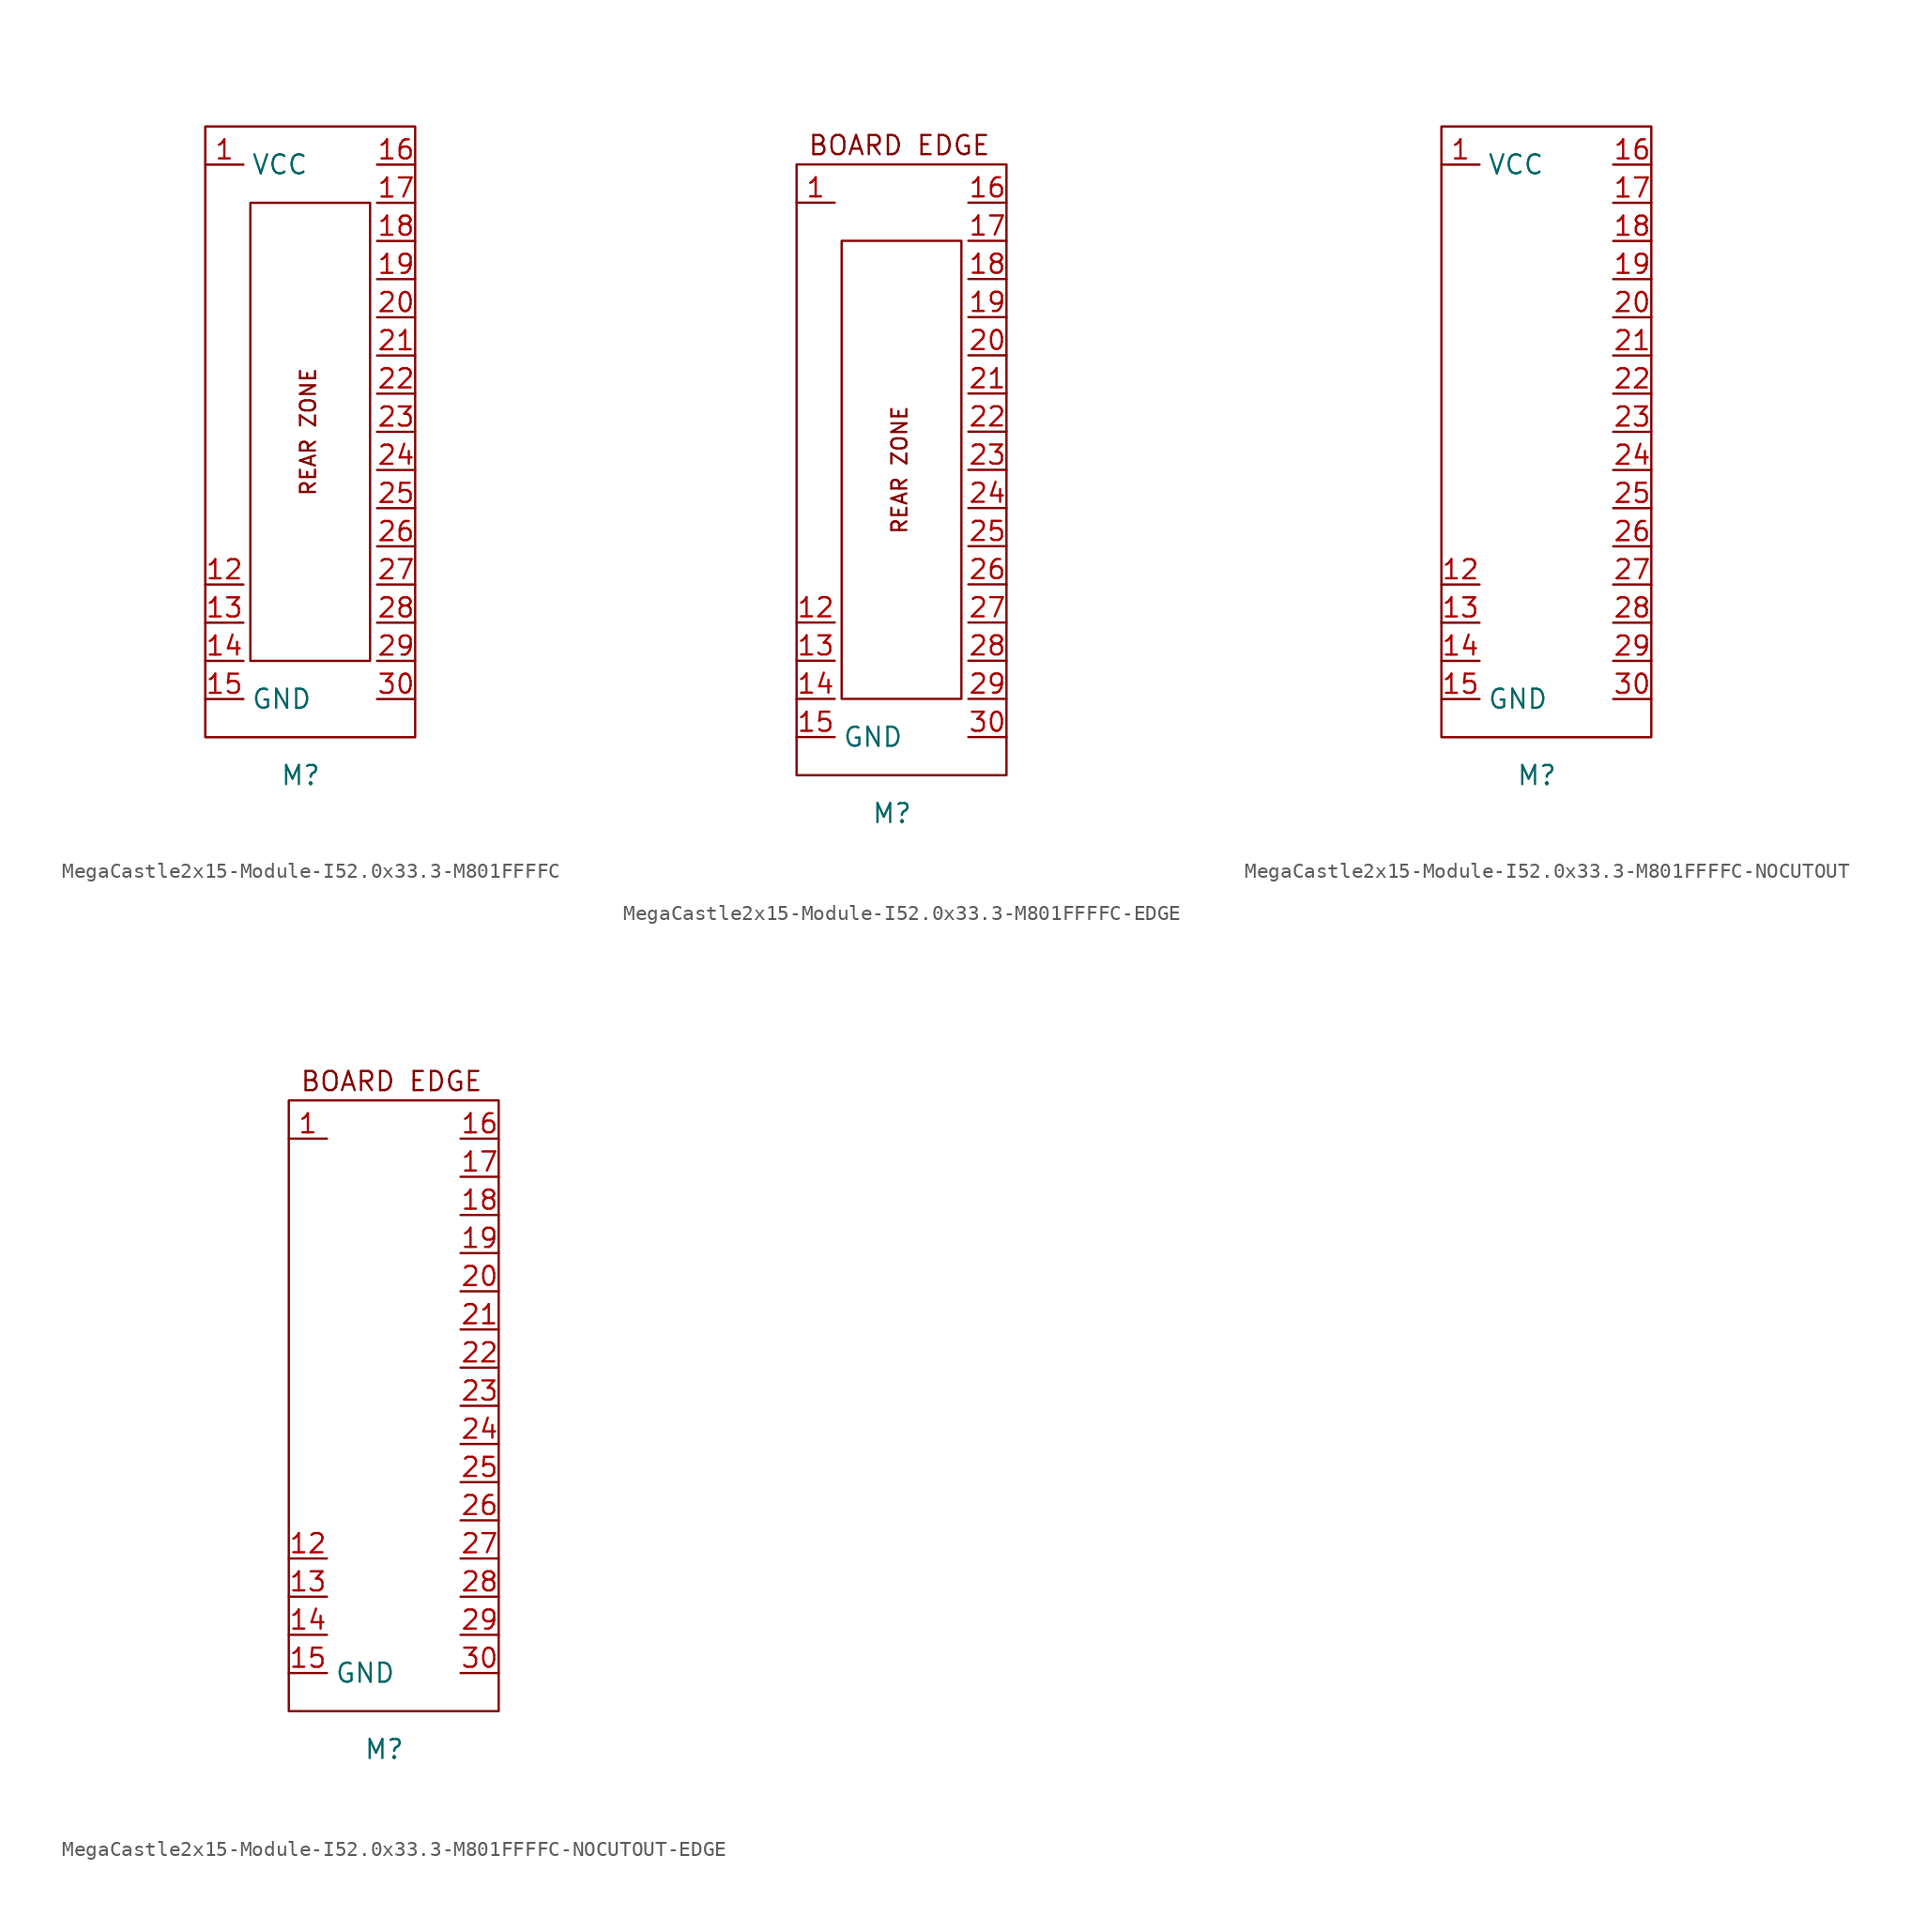
<source format=kicad_sym>
(kicad_symbol_lib
  (version 20241209)
  (generator "kicad_symbol_editor")
  (generator_version "9.0")
  (symbol "MegaCastle2x15-Module-I52.0x33.3-M801FFFFC"
    (property "Reference" "M"
      (at 0 -22.86 0)
      (effects (font (size 1.27 1.27))))
    (property "Value" ""
      (at 0 5.08 0)
      (effects (font (size 1.27 1.27))))
    (symbol "MegaCastle2x15-Module-I52.0x33.3-M801FFFFC_0_1"
      (rectangle (start -6.35 20.32) (end 7.62 -20.32) (stroke (width 0) (type default)) (fill (type none)))
      (rectangle (start -3.35 15.24) (end 4.62 -15.24) (stroke (width 0) (type default)) (fill (type none))))
    (symbol "MegaCastle2x15-Module-I52.0x33.3-M801FFFFC_1_1"
      (text "REAR ZONE" (at 0.5 0 900) (effects (font (size 1 1))))
      (pin bidirectional line (at -6.35 17.78 0) (length 2.54) (name "VCC" (effects (font (size 1.27 1.27)))) (number "1" (effects (font (size 1.27 1.27)))))
      (pin bidirectional line (at -6.35 -10.16 0) (length 2.54) (name "" (effects (font (size 1.27 1.27)))) (number "12" (effects (font (size 1.27 1.27)))))
      (pin bidirectional line (at -6.35 -12.7 0) (length 2.54) (name "" (effects (font (size 1.27 1.27)))) (number "13" (effects (font (size 1.27 1.27)))))
      (pin bidirectional line (at -6.35 -15.24 0) (length 2.54) (name "" (effects (font (size 1.27 1.27)))) (number "14" (effects (font (size 1.27 1.27)))))
      (pin bidirectional line (at -6.35 -17.78 0) (length 2.54) (name "GND" (effects (font (size 1.27 1.27)))) (number "15" (effects (font (size 1.27 1.27)))))
      (pin bidirectional line (at 7.62 17.78 180) (length 2.54) (name "" (effects (font (size 1.27 1.27)))) (number "16" (effects (font (size 1.27 1.27)))))
      (pin bidirectional line (at 7.62 15.24 180) (length 2.54) (name "" (effects (font (size 1.27 1.27)))) (number "17" (effects (font (size 1.27 1.27)))))
      (pin bidirectional line (at 7.62 12.7 180) (length 2.54) (name "" (effects (font (size 1.27 1.27)))) (number "18" (effects (font (size 1.27 1.27)))))
      (pin bidirectional line (at 7.62 10.16 180) (length 2.54) (name "" (effects (font (size 1.27 1.27)))) (number "19" (effects (font (size 1.27 1.27)))))
      (pin bidirectional line (at 7.62 7.62 180) (length 2.54) (name "" (effects (font (size 1.27 1.27)))) (number "20" (effects (font (size 1.27 1.27)))))
      (pin bidirectional line (at 7.62 5.08 180) (length 2.54) (name "" (effects (font (size 1.27 1.27)))) (number "21" (effects (font (size 1.27 1.27)))))
      (pin bidirectional line (at 7.62 2.54 180) (length 2.54) (name "" (effects (font (size 1.27 1.27)))) (number "22" (effects (font (size 1.27 1.27)))))
      (pin bidirectional line (at 7.62 0 180) (length 2.54) (name "" (effects (font (size 1.27 1.27)))) (number "23" (effects (font (size 1.27 1.27)))))
      (pin bidirectional line (at 7.62 -2.54 180) (length 2.54) (name "" (effects (font (size 1.27 1.27)))) (number "24" (effects (font (size 1.27 1.27)))))
      (pin bidirectional line (at 7.62 -5.08 180) (length 2.54) (name "" (effects (font (size 1.27 1.27)))) (number "25" (effects (font (size 1.27 1.27)))))
      (pin bidirectional line (at 7.62 -7.62 180) (length 2.54) (name "" (effects (font (size 1.27 1.27)))) (number "26" (effects (font (size 1.27 1.27)))))
      (pin bidirectional line (at 7.62 -10.16 180) (length 2.54) (name "" (effects (font (size 1.27 1.27)))) (number "27" (effects (font (size 1.27 1.27)))))
      (pin bidirectional line (at 7.62 -12.7 180) (length 2.54) (name "" (effects (font (size 1.27 1.27)))) (number "28" (effects (font (size 1.27 1.27)))))
      (pin bidirectional line (at 7.62 -15.24 180) (length 2.54) (name "" (effects (font (size 1.27 1.27)))) (number "29" (effects (font (size 1.27 1.27)))))
      (pin bidirectional line (at 7.62 -17.78 180) (length 2.54) (name "" (effects (font (size 1.27 1.27)))) (number "30" (effects (font (size 1.27 1.27)))))))
  (symbol "MegaCastle2x15-Module-I52.0x33.3-M801FFFFC-EDGE"
    (property "Reference" "M"
      (at 0 -22.86 0)
      (effects (font (size 1.27 1.27))))
    (property "Value" ""
      (at 0 5.08 0)
      (effects (font (size 1.27 1.27))))
    (symbol "MegaCastle2x15-Module-I52.0x33.3-M801FFFFC-EDGE_0_1"
      (rectangle (start -6.35 20.32) (end 7.62 -20.32) (stroke (width 0) (type default)) (fill (type none)))
      (rectangle (start -3.35 15.24) (end 4.62 -15.24) (stroke (width 0) (type default)) (fill (type none))))
    (symbol "MegaCastle2x15-Module-I52.0x33.3-M801FFFFC-EDGE_1_1"
      (text " BOARD EDGE" (at 0 21.59 0) (effects (font (size 1.27 1.27))))
      (text "REAR ZONE" (at 0.5 0 900) (effects (font (size 1 1))))
      (pin bidirectional line (at -6.35 17.78 0) (length 2.54) (name "" (effects (font (size 1.27 1.27)))) (number "1" (effects (font (size 1.27 1.27)))))
      (pin bidirectional line (at -6.35 -10.16 0) (length 2.54) (name "" (effects (font (size 1.27 1.27)))) (number "12" (effects (font (size 1.27 1.27)))))
      (pin bidirectional line (at -6.35 -12.7 0) (length 2.54) (name "" (effects (font (size 1.27 1.27)))) (number "13" (effects (font (size 1.27 1.27)))))
      (pin bidirectional line (at -6.35 -15.24 0) (length 2.54) (name "" (effects (font (size 1.27 1.27)))) (number "14" (effects (font (size 1.27 1.27)))))
      (pin bidirectional line (at -6.35 -17.78 0) (length 2.54) (name "GND" (effects (font (size 1.27 1.27)))) (number "15" (effects (font (size 1.27 1.27)))))
      (pin bidirectional line (at 7.62 17.78 180) (length 2.54) (name "" (effects (font (size 1.27 1.27)))) (number "16" (effects (font (size 1.27 1.27)))))
      (pin bidirectional line (at 7.62 15.24 180) (length 2.54) (name "" (effects (font (size 1.27 1.27)))) (number "17" (effects (font (size 1.27 1.27)))))
      (pin bidirectional line (at 7.62 12.7 180) (length 2.54) (name "" (effects (font (size 1.27 1.27)))) (number "18" (effects (font (size 1.27 1.27)))))
      (pin bidirectional line (at 7.62 10.16 180) (length 2.54) (name "" (effects (font (size 1.27 1.27)))) (number "19" (effects (font (size 1.27 1.27)))))
      (pin bidirectional line (at 7.62 7.62 180) (length 2.54) (name "" (effects (font (size 1.27 1.27)))) (number "20" (effects (font (size 1.27 1.27)))))
      (pin bidirectional line (at 7.62 5.08 180) (length 2.54) (name "" (effects (font (size 1.27 1.27)))) (number "21" (effects (font (size 1.27 1.27)))))
      (pin bidirectional line (at 7.62 2.54 180) (length 2.54) (name "" (effects (font (size 1.27 1.27)))) (number "22" (effects (font (size 1.27 1.27)))))
      (pin bidirectional line (at 7.62 0 180) (length 2.54) (name "" (effects (font (size 1.27 1.27)))) (number "23" (effects (font (size 1.27 1.27)))))
      (pin bidirectional line (at 7.62 -2.54 180) (length 2.54) (name "" (effects (font (size 1.27 1.27)))) (number "24" (effects (font (size 1.27 1.27)))))
      (pin bidirectional line (at 7.62 -5.08 180) (length 2.54) (name "" (effects (font (size 1.27 1.27)))) (number "25" (effects (font (size 1.27 1.27)))))
      (pin bidirectional line (at 7.62 -7.62 180) (length 2.54) (name "" (effects (font (size 1.27 1.27)))) (number "26" (effects (font (size 1.27 1.27)))))
      (pin bidirectional line (at 7.62 -10.16 180) (length 2.54) (name "" (effects (font (size 1.27 1.27)))) (number "27" (effects (font (size 1.27 1.27)))))
      (pin bidirectional line (at 7.62 -12.7 180) (length 2.54) (name "" (effects (font (size 1.27 1.27)))) (number "28" (effects (font (size 1.27 1.27)))))
      (pin bidirectional line (at 7.62 -15.24 180) (length 2.54) (name "" (effects (font (size 1.27 1.27)))) (number "29" (effects (font (size 1.27 1.27)))))
      (pin bidirectional line (at 7.62 -17.78 180) (length 2.54) (name "" (effects (font (size 1.27 1.27)))) (number "30" (effects (font (size 1.27 1.27)))))))
  (symbol "MegaCastle2x15-Module-I52.0x33.3-M801FFFFC-NOCUTOUT"
    (property "Reference" "M"
      (at 0 -22.86 0)
      (effects (font (size 1.27 1.27))))
    (property "Value" ""
      (at 0 5.08 0)
      (effects (font (size 1.27 1.27))))
    (symbol "MegaCastle2x15-Module-I52.0x33.3-M801FFFFC-NOCUTOUT_0_1"
      (rectangle (start -6.35 20.32) (end 7.62 -20.32) (stroke (width 0) (type default)) (fill (type none))))
    (symbol "MegaCastle2x15-Module-I52.0x33.3-M801FFFFC-NOCUTOUT_1_1"
      (pin bidirectional line (at -6.35 17.78 0) (length 2.54) (name "VCC" (effects (font (size 1.27 1.27)))) (number "1" (effects (font (size 1.27 1.27)))))
      (pin bidirectional line (at -6.35 -10.16 0) (length 2.54) (name "" (effects (font (size 1.27 1.27)))) (number "12" (effects (font (size 1.27 1.27)))))
      (pin bidirectional line (at -6.35 -12.7 0) (length 2.54) (name "" (effects (font (size 1.27 1.27)))) (number "13" (effects (font (size 1.27 1.27)))))
      (pin bidirectional line (at -6.35 -15.24 0) (length 2.54) (name "" (effects (font (size 1.27 1.27)))) (number "14" (effects (font (size 1.27 1.27)))))
      (pin bidirectional line (at -6.35 -17.78 0) (length 2.54) (name "GND" (effects (font (size 1.27 1.27)))) (number "15" (effects (font (size 1.27 1.27)))))
      (pin bidirectional line (at 7.62 17.78 180) (length 2.54) (name "" (effects (font (size 1.27 1.27)))) (number "16" (effects (font (size 1.27 1.27)))))
      (pin bidirectional line (at 7.62 15.24 180) (length 2.54) (name "" (effects (font (size 1.27 1.27)))) (number "17" (effects (font (size 1.27 1.27)))))
      (pin bidirectional line (at 7.62 12.7 180) (length 2.54) (name "" (effects (font (size 1.27 1.27)))) (number "18" (effects (font (size 1.27 1.27)))))
      (pin bidirectional line (at 7.62 10.16 180) (length 2.54) (name "" (effects (font (size 1.27 1.27)))) (number "19" (effects (font (size 1.27 1.27)))))
      (pin bidirectional line (at 7.62 7.62 180) (length 2.54) (name "" (effects (font (size 1.27 1.27)))) (number "20" (effects (font (size 1.27 1.27)))))
      (pin bidirectional line (at 7.62 5.08 180) (length 2.54) (name "" (effects (font (size 1.27 1.27)))) (number "21" (effects (font (size 1.27 1.27)))))
      (pin bidirectional line (at 7.62 2.54 180) (length 2.54) (name "" (effects (font (size 1.27 1.27)))) (number "22" (effects (font (size 1.27 1.27)))))
      (pin bidirectional line (at 7.62 0 180) (length 2.54) (name "" (effects (font (size 1.27 1.27)))) (number "23" (effects (font (size 1.27 1.27)))))
      (pin bidirectional line (at 7.62 -2.54 180) (length 2.54) (name "" (effects (font (size 1.27 1.27)))) (number "24" (effects (font (size 1.27 1.27)))))
      (pin bidirectional line (at 7.62 -5.08 180) (length 2.54) (name "" (effects (font (size 1.27 1.27)))) (number "25" (effects (font (size 1.27 1.27)))))
      (pin bidirectional line (at 7.62 -7.62 180) (length 2.54) (name "" (effects (font (size 1.27 1.27)))) (number "26" (effects (font (size 1.27 1.27)))))
      (pin bidirectional line (at 7.62 -10.16 180) (length 2.54) (name "" (effects (font (size 1.27 1.27)))) (number "27" (effects (font (size 1.27 1.27)))))
      (pin bidirectional line (at 7.62 -12.7 180) (length 2.54) (name "" (effects (font (size 1.27 1.27)))) (number "28" (effects (font (size 1.27 1.27)))))
      (pin bidirectional line (at 7.62 -15.24 180) (length 2.54) (name "" (effects (font (size 1.27 1.27)))) (number "29" (effects (font (size 1.27 1.27)))))
      (pin bidirectional line (at 7.62 -17.78 180) (length 2.54) (name "" (effects (font (size 1.27 1.27)))) (number "30" (effects (font (size 1.27 1.27)))))))
  (symbol "MegaCastle2x15-Module-I52.0x33.3-M801FFFFC-NOCUTOUT-EDGE"
    (property "Reference" "M"
      (at 0 -22.86 0)
      (effects (font (size 1.27 1.27))))
    (property "Value" ""
      (at 0 5.08 0)
      (effects (font (size 1.27 1.27))))
    (symbol "MegaCastle2x15-Module-I52.0x33.3-M801FFFFC-NOCUTOUT-EDGE_0_1"
      (rectangle (start -6.35 20.32) (end 7.62 -20.32) (stroke (width 0) (type default)) (fill (type none))))
    (symbol "MegaCastle2x15-Module-I52.0x33.3-M801FFFFC-NOCUTOUT-EDGE_1_1"
      (text " BOARD EDGE" (at 0 21.59 0) (effects (font (size 1.27 1.27))))
      (pin bidirectional line (at -6.35 17.78 0) (length 2.54) (name "" (effects (font (size 1.27 1.27)))) (number "1" (effects (font (size 1.27 1.27)))))
      (pin bidirectional line (at -6.35 -10.16 0) (length 2.54) (name "" (effects (font (size 1.27 1.27)))) (number "12" (effects (font (size 1.27 1.27)))))
      (pin bidirectional line (at -6.35 -12.7 0) (length 2.54) (name "" (effects (font (size 1.27 1.27)))) (number "13" (effects (font (size 1.27 1.27)))))
      (pin bidirectional line (at -6.35 -15.24 0) (length 2.54) (name "" (effects (font (size 1.27 1.27)))) (number "14" (effects (font (size 1.27 1.27)))))
      (pin bidirectional line (at -6.35 -17.78 0) (length 2.54) (name "GND" (effects (font (size 1.27 1.27)))) (number "15" (effects (font (size 1.27 1.27)))))
      (pin bidirectional line (at 7.62 17.78 180) (length 2.54) (name "" (effects (font (size 1.27 1.27)))) (number "16" (effects (font (size 1.27 1.27)))))
      (pin bidirectional line (at 7.62 15.24 180) (length 2.54) (name "" (effects (font (size 1.27 1.27)))) (number "17" (effects (font (size 1.27 1.27)))))
      (pin bidirectional line (at 7.62 12.7 180) (length 2.54) (name "" (effects (font (size 1.27 1.27)))) (number "18" (effects (font (size 1.27 1.27)))))
      (pin bidirectional line (at 7.62 10.16 180) (length 2.54) (name "" (effects (font (size 1.27 1.27)))) (number "19" (effects (font (size 1.27 1.27)))))
      (pin bidirectional line (at 7.62 7.62 180) (length 2.54) (name "" (effects (font (size 1.27 1.27)))) (number "20" (effects (font (size 1.27 1.27)))))
      (pin bidirectional line (at 7.62 5.08 180) (length 2.54) (name "" (effects (font (size 1.27 1.27)))) (number "21" (effects (font (size 1.27 1.27)))))
      (pin bidirectional line (at 7.62 2.54 180) (length 2.54) (name "" (effects (font (size 1.27 1.27)))) (number "22" (effects (font (size 1.27 1.27)))))
      (pin bidirectional line (at 7.62 0 180) (length 2.54) (name "" (effects (font (size 1.27 1.27)))) (number "23" (effects (font (size 1.27 1.27)))))
      (pin bidirectional line (at 7.62 -2.54 180) (length 2.54) (name "" (effects (font (size 1.27 1.27)))) (number "24" (effects (font (size 1.27 1.27)))))
      (pin bidirectional line (at 7.62 -5.08 180) (length 2.54) (name "" (effects (font (size 1.27 1.27)))) (number "25" (effects (font (size 1.27 1.27)))))
      (pin bidirectional line (at 7.62 -7.62 180) (length 2.54) (name "" (effects (font (size 1.27 1.27)))) (number "26" (effects (font (size 1.27 1.27)))))
      (pin bidirectional line (at 7.62 -10.16 180) (length 2.54) (name "" (effects (font (size 1.27 1.27)))) (number "27" (effects (font (size 1.27 1.27)))))
      (pin bidirectional line (at 7.62 -12.7 180) (length 2.54) (name "" (effects (font (size 1.27 1.27)))) (number "28" (effects (font (size 1.27 1.27)))))
      (pin bidirectional line (at 7.62 -15.24 180) (length 2.54) (name "" (effects (font (size 1.27 1.27)))) (number "29" (effects (font (size 1.27 1.27)))))
      (pin bidirectional line (at 7.62 -17.78 180) (length 2.54) (name "" (effects (font (size 1.27 1.27)))) (number "30" (effects (font (size 1.27 1.27))))))))
</source>
